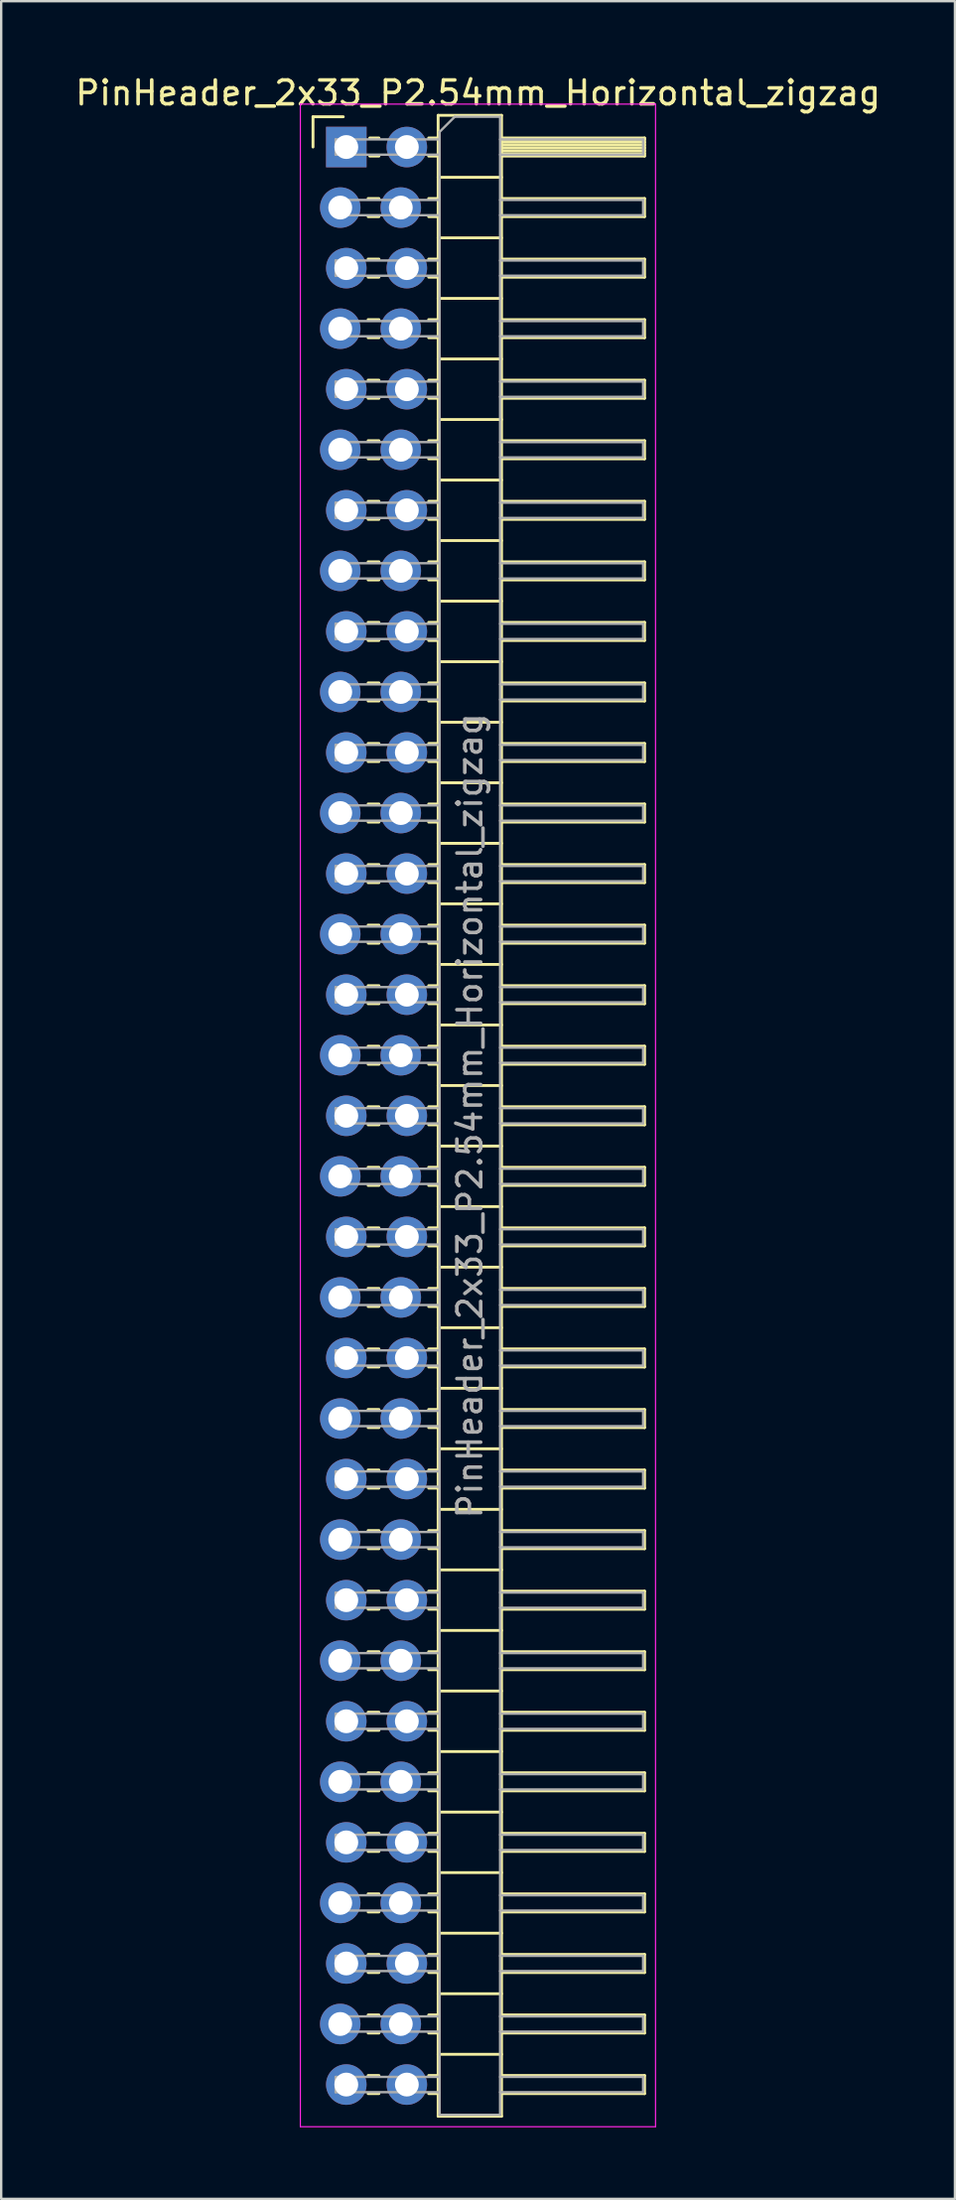
<source format=kicad_pcb>
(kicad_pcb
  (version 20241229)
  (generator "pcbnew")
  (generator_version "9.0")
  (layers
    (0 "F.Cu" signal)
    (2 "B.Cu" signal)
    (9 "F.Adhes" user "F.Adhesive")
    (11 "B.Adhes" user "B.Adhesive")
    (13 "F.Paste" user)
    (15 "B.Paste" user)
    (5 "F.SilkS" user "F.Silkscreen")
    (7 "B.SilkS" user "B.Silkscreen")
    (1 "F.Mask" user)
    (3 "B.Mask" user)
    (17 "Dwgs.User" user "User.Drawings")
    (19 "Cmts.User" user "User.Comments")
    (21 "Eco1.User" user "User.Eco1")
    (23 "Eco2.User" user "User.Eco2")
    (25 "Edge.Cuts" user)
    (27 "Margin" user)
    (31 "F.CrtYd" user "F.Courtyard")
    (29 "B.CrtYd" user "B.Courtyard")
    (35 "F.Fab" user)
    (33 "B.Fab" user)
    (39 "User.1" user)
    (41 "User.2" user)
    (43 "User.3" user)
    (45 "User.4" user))
  (footprint "PinHeader_2x33_P2.54mm_Horizontal_zigzag"
    (layer "F.Cu")
    (at 11.351 3.118)
    (property "Reference" "PinHeader_2x33_P2.54mm_Horizontal_zigzag" (at 5.655 -2.27 0) (layer "F.SilkS") (effects (font (size 1 1) (thickness 0.15))))
    (attr through_hole)
    (fp_line (start -1.27 -1.27) (end 0 -1.27) (stroke (width 0.12) (type solid)) (layer "F.SilkS"))
    (fp_line (start -1.27 0) (end -1.27 -1.27) (stroke (width 0.12) (type solid)) (layer "F.SilkS"))
    (fp_line (start 1.043 2.16) (end 1.497 2.16) (stroke (width 0.12) (type solid)) (layer "F.SilkS"))
    (fp_line (start 1.043 2.92) (end 1.497 2.92) (stroke (width 0.12) (type solid)) (layer "F.SilkS"))
    (fp_line (start 1.043 4.7) (end 1.497 4.7) (stroke (width 0.12) (type solid)) (layer "F.SilkS"))
    (fp_line (start 1.043 5.46) (end 1.497 5.46) (stroke (width 0.12) (type solid)) (layer "F.SilkS"))
    (fp_line (start 1.043 7.24) (end 1.497 7.24) (stroke (width 0.12) (type solid)) (layer "F.SilkS"))
    (fp_line (start 1.043 8) (end 1.497 8) (stroke (width 0.12) (type solid)) (layer "F.SilkS"))
    (fp_line (start 1.043 9.78) (end 1.497 9.78) (stroke (width 0.12) (type solid)) (layer "F.SilkS"))
    (fp_line (start 1.043 10.54) (end 1.497 10.54) (stroke (width 0.12) (type solid)) (layer "F.SilkS"))
    (fp_line (start 1.043 12.32) (end 1.497 12.32) (stroke (width 0.12) (type solid)) (layer "F.SilkS"))
    (fp_line (start 1.043 13.08) (end 1.497 13.08) (stroke (width 0.12) (type solid)) (layer "F.SilkS"))
    (fp_line (start 1.043 14.86) (end 1.497 14.86) (stroke (width 0.12) (type solid)) (layer "F.SilkS"))
    (fp_line (start 1.043 15.62) (end 1.497 15.62) (stroke (width 0.12) (type solid)) (layer "F.SilkS"))
    (fp_line (start 1.043 17.4) (end 1.497 17.4) (stroke (width 0.12) (type solid)) (layer "F.SilkS"))
    (fp_line (start 1.043 18.16) (end 1.497 18.16) (stroke (width 0.12) (type solid)) (layer "F.SilkS"))
    (fp_line (start 1.043 19.94) (end 1.497 19.94) (stroke (width 0.12) (type solid)) (layer "F.SilkS"))
    (fp_line (start 1.043 20.7) (end 1.497 20.7) (stroke (width 0.12) (type solid)) (layer "F.SilkS"))
    (fp_line (start 1.043 22.48) (end 1.497 22.48) (stroke (width 0.12) (type solid)) (layer "F.SilkS"))
    (fp_line (start 1.043 23.24) (end 1.497 23.24) (stroke (width 0.12) (type solid)) (layer "F.SilkS"))
    (fp_line (start 1.043 25.02) (end 1.497 25.02) (stroke (width 0.12) (type solid)) (layer "F.SilkS"))
    (fp_line (start 1.043 25.78) (end 1.497 25.78) (stroke (width 0.12) (type solid)) (layer "F.SilkS"))
    (fp_line (start 1.043 27.56) (end 1.497 27.56) (stroke (width 0.12) (type solid)) (layer "F.SilkS"))
    (fp_line (start 1.043 28.32) (end 1.497 28.32) (stroke (width 0.12) (type solid)) (layer "F.SilkS"))
    (fp_line (start 1.043 30.1) (end 1.497 30.1) (stroke (width 0.12) (type solid)) (layer "F.SilkS"))
    (fp_line (start 1.043 30.86) (end 1.497 30.86) (stroke (width 0.12) (type solid)) (layer "F.SilkS"))
    (fp_line (start 1.043 32.64) (end 1.497 32.64) (stroke (width 0.12) (type solid)) (layer "F.SilkS"))
    (fp_line (start 1.043 33.4) (end 1.497 33.4) (stroke (width 0.12) (type solid)) (layer "F.SilkS"))
    (fp_line (start 1.043 35.18) (end 1.497 35.18) (stroke (width 0.12) (type solid)) (layer "F.SilkS"))
    (fp_line (start 1.043 35.94) (end 1.497 35.94) (stroke (width 0.12) (type solid)) (layer "F.SilkS"))
    (fp_line (start 1.043 37.72) (end 1.497 37.72) (stroke (width 0.12) (type solid)) (layer "F.SilkS"))
    (fp_line (start 1.043 38.48) (end 1.497 38.48) (stroke (width 0.12) (type solid)) (layer "F.SilkS"))
    (fp_line (start 1.043 40.26) (end 1.497 40.26) (stroke (width 0.12) (type solid)) (layer "F.SilkS"))
    (fp_line (start 1.043 41.02) (end 1.497 41.02) (stroke (width 0.12) (type solid)) (layer "F.SilkS"))
    (fp_line (start 1.043 42.8) (end 1.497 42.8) (stroke (width 0.12) (type solid)) (layer "F.SilkS"))
    (fp_line (start 1.043 43.56) (end 1.497 43.56) (stroke (width 0.12) (type solid)) (layer "F.SilkS"))
    (fp_line (start 1.043 45.34) (end 1.497 45.34) (stroke (width 0.12) (type solid)) (layer "F.SilkS"))
    (fp_line (start 1.043 46.1) (end 1.497 46.1) (stroke (width 0.12) (type solid)) (layer "F.SilkS"))
    (fp_line (start 1.043 47.88) (end 1.497 47.88) (stroke (width 0.12) (type solid)) (layer "F.SilkS"))
    (fp_line (start 1.043 48.64) (end 1.497 48.64) (stroke (width 0.12) (type solid)) (layer "F.SilkS"))
    (fp_line (start 1.043 50.42) (end 1.497 50.42) (stroke (width 0.12) (type solid)) (layer "F.SilkS"))
    (fp_line (start 1.043 51.18) (end 1.497 51.18) (stroke (width 0.12) (type solid)) (layer "F.SilkS"))
    (fp_line (start 1.043 52.96) (end 1.497 52.96) (stroke (width 0.12) (type solid)) (layer "F.SilkS"))
    (fp_line (start 1.043 53.72) (end 1.497 53.72) (stroke (width 0.12) (type solid)) (layer "F.SilkS"))
    (fp_line (start 1.043 55.5) (end 1.497 55.5) (stroke (width 0.12) (type solid)) (layer "F.SilkS"))
    (fp_line (start 1.043 56.26) (end 1.497 56.26) (stroke (width 0.12) (type solid)) (layer "F.SilkS"))
    (fp_line (start 1.043 58.04) (end 1.497 58.04) (stroke (width 0.12) (type solid)) (layer "F.SilkS"))
    (fp_line (start 1.043 58.8) (end 1.497 58.8) (stroke (width 0.12) (type solid)) (layer "F.SilkS"))
    (fp_line (start 1.043 60.58) (end 1.497 60.58) (stroke (width 0.12) (type solid)) (layer "F.SilkS"))
    (fp_line (start 1.043 61.34) (end 1.497 61.34) (stroke (width 0.12) (type solid)) (layer "F.SilkS"))
    (fp_line (start 1.043 63.12) (end 1.497 63.12) (stroke (width 0.12) (type solid)) (layer "F.SilkS"))
    (fp_line (start 1.043 63.88) (end 1.497 63.88) (stroke (width 0.12) (type solid)) (layer "F.SilkS"))
    (fp_line (start 1.043 65.66) (end 1.497 65.66) (stroke (width 0.12) (type solid)) (layer "F.SilkS"))
    (fp_line (start 1.043 66.42) (end 1.497 66.42) (stroke (width 0.12) (type solid)) (layer "F.SilkS"))
    (fp_line (start 1.043 68.2) (end 1.497 68.2) (stroke (width 0.12) (type solid)) (layer "F.SilkS"))
    (fp_line (start 1.043 68.96) (end 1.497 68.96) (stroke (width 0.12) (type solid)) (layer "F.SilkS"))
    (fp_line (start 1.043 70.74) (end 1.497 70.74) (stroke (width 0.12) (type solid)) (layer "F.SilkS"))
    (fp_line (start 1.043 71.5) (end 1.497 71.5) (stroke (width 0.12) (type solid)) (layer "F.SilkS"))
    (fp_line (start 1.043 73.28) (end 1.497 73.28) (stroke (width 0.12) (type solid)) (layer "F.SilkS"))
    (fp_line (start 1.043 74.04) (end 1.497 74.04) (stroke (width 0.12) (type solid)) (layer "F.SilkS"))
    (fp_line (start 1.043 75.82) (end 1.497 75.82) (stroke (width 0.12) (type solid)) (layer "F.SilkS"))
    (fp_line (start 1.043 76.58) (end 1.497 76.58) (stroke (width 0.12) (type solid)) (layer "F.SilkS"))
    (fp_line (start 1.043 78.36) (end 1.497 78.36) (stroke (width 0.12) (type solid)) (layer "F.SilkS"))
    (fp_line (start 1.043 79.12) (end 1.497 79.12) (stroke (width 0.12) (type solid)) (layer "F.SilkS"))
    (fp_line (start 1.043 80.9) (end 1.497 80.9) (stroke (width 0.12) (type solid)) (layer "F.SilkS"))
    (fp_line (start 1.043 81.66) (end 1.497 81.66) (stroke (width 0.12) (type solid)) (layer "F.SilkS"))
    (fp_line (start 1.11 -0.38) (end 1.497 -0.38) (stroke (width 0.12) (type solid)) (layer "F.SilkS"))
    (fp_line (start 1.11 0.38) (end 1.497 0.38) (stroke (width 0.12) (type solid)) (layer "F.SilkS"))
    (fp_line (start 3.583 -0.38) (end 3.98 -0.38) (stroke (width 0.12) (type solid)) (layer "F.SilkS"))
    (fp_line (start 3.583 0.38) (end 3.98 0.38) (stroke (width 0.12) (type solid)) (layer "F.SilkS"))
    (fp_line (start 3.583 2.16) (end 3.98 2.16) (stroke (width 0.12) (type solid)) (layer "F.SilkS"))
    (fp_line (start 3.583 2.92) (end 3.98 2.92) (stroke (width 0.12) (type solid)) (layer "F.SilkS"))
    (fp_line (start 3.583 4.7) (end 3.98 4.7) (stroke (width 0.12) (type solid)) (layer "F.SilkS"))
    (fp_line (start 3.583 5.46) (end 3.98 5.46) (stroke (width 0.12) (type solid)) (layer "F.SilkS"))
    (fp_line (start 3.583 7.24) (end 3.98 7.24) (stroke (width 0.12) (type solid)) (layer "F.SilkS"))
    (fp_line (start 3.583 8) (end 3.98 8) (stroke (width 0.12) (type solid)) (layer "F.SilkS"))
    (fp_line (start 3.583 9.78) (end 3.98 9.78) (stroke (width 0.12) (type solid)) (layer "F.SilkS"))
    (fp_line (start 3.583 10.54) (end 3.98 10.54) (stroke (width 0.12) (type solid)) (layer "F.SilkS"))
    (fp_line (start 3.583 12.32) (end 3.98 12.32) (stroke (width 0.12) (type solid)) (layer "F.SilkS"))
    (fp_line (start 3.583 13.08) (end 3.98 13.08) (stroke (width 0.12) (type solid)) (layer "F.SilkS"))
    (fp_line (start 3.583 14.86) (end 3.98 14.86) (stroke (width 0.12) (type solid)) (layer "F.SilkS"))
    (fp_line (start 3.583 15.62) (end 3.98 15.62) (stroke (width 0.12) (type solid)) (layer "F.SilkS"))
    (fp_line (start 3.583 17.4) (end 3.98 17.4) (stroke (width 0.12) (type solid)) (layer "F.SilkS"))
    (fp_line (start 3.583 18.16) (end 3.98 18.16) (stroke (width 0.12) (type solid)) (layer "F.SilkS"))
    (fp_line (start 3.583 19.94) (end 3.98 19.94) (stroke (width 0.12) (type solid)) (layer "F.SilkS"))
    (fp_line (start 3.583 20.7) (end 3.98 20.7) (stroke (width 0.12) (type solid)) (layer "F.SilkS"))
    (fp_line (start 3.583 22.48) (end 3.98 22.48) (stroke (width 0.12) (type solid)) (layer "F.SilkS"))
    (fp_line (start 3.583 23.24) (end 3.98 23.24) (stroke (width 0.12) (type solid)) (layer "F.SilkS"))
    (fp_line (start 3.583 25.02) (end 3.98 25.02) (stroke (width 0.12) (type solid)) (layer "F.SilkS"))
    (fp_line (start 3.583 25.78) (end 3.98 25.78) (stroke (width 0.12) (type solid)) (layer "F.SilkS"))
    (fp_line (start 3.583 27.56) (end 3.98 27.56) (stroke (width 0.12) (type solid)) (layer "F.SilkS"))
    (fp_line (start 3.583 28.32) (end 3.98 28.32) (stroke (width 0.12) (type solid)) (layer "F.SilkS"))
    (fp_line (start 3.583 30.1) (end 3.98 30.1) (stroke (width 0.12) (type solid)) (layer "F.SilkS"))
    (fp_line (start 3.583 30.86) (end 3.98 30.86) (stroke (width 0.12) (type solid)) (layer "F.SilkS"))
    (fp_line (start 3.583 32.64) (end 3.98 32.64) (stroke (width 0.12) (type solid)) (layer "F.SilkS"))
    (fp_line (start 3.583 33.4) (end 3.98 33.4) (stroke (width 0.12) (type solid)) (layer "F.SilkS"))
    (fp_line (start 3.583 35.18) (end 3.98 35.18) (stroke (width 0.12) (type solid)) (layer "F.SilkS"))
    (fp_line (start 3.583 35.94) (end 3.98 35.94) (stroke (width 0.12) (type solid)) (layer "F.SilkS"))
    (fp_line (start 3.583 37.72) (end 3.98 37.72) (stroke (width 0.12) (type solid)) (layer "F.SilkS"))
    (fp_line (start 3.583 38.48) (end 3.98 38.48) (stroke (width 0.12) (type solid)) (layer "F.SilkS"))
    (fp_line (start 3.583 40.26) (end 3.98 40.26) (stroke (width 0.12) (type solid)) (layer "F.SilkS"))
    (fp_line (start 3.583 41.02) (end 3.98 41.02) (stroke (width 0.12) (type solid)) (layer "F.SilkS"))
    (fp_line (start 3.583 42.8) (end 3.98 42.8) (stroke (width 0.12) (type solid)) (layer "F.SilkS"))
    (fp_line (start 3.583 43.56) (end 3.98 43.56) (stroke (width 0.12) (type solid)) (layer "F.SilkS"))
    (fp_line (start 3.583 45.34) (end 3.98 45.34) (stroke (width 0.12) (type solid)) (layer "F.SilkS"))
    (fp_line (start 3.583 46.1) (end 3.98 46.1) (stroke (width 0.12) (type solid)) (layer "F.SilkS"))
    (fp_line (start 3.583 47.88) (end 3.98 47.88) (stroke (width 0.12) (type solid)) (layer "F.SilkS"))
    (fp_line (start 3.583 48.64) (end 3.98 48.64) (stroke (width 0.12) (type solid)) (layer "F.SilkS"))
    (fp_line (start 3.583 50.42) (end 3.98 50.42) (stroke (width 0.12) (type solid)) (layer "F.SilkS"))
    (fp_line (start 3.583 51.18) (end 3.98 51.18) (stroke (width 0.12) (type solid)) (layer "F.SilkS"))
    (fp_line (start 3.583 52.96) (end 3.98 52.96) (stroke (width 0.12) (type solid)) (layer "F.SilkS"))
    (fp_line (start 3.583 53.72) (end 3.98 53.72) (stroke (width 0.12) (type solid)) (layer "F.SilkS"))
    (fp_line (start 3.583 55.5) (end 3.98 55.5) (stroke (width 0.12) (type solid)) (layer "F.SilkS"))
    (fp_line (start 3.583 56.26) (end 3.98 56.26) (stroke (width 0.12) (type solid)) (layer "F.SilkS"))
    (fp_line (start 3.583 58.04) (end 3.98 58.04) (stroke (width 0.12) (type solid)) (layer "F.SilkS"))
    (fp_line (start 3.583 58.8) (end 3.98 58.8) (stroke (width 0.12) (type solid)) (layer "F.SilkS"))
    (fp_line (start 3.583 60.58) (end 3.98 60.58) (stroke (width 0.12) (type solid)) (layer "F.SilkS"))
    (fp_line (start 3.583 61.34) (end 3.98 61.34) (stroke (width 0.12) (type solid)) (layer "F.SilkS"))
    (fp_line (start 3.583 63.12) (end 3.98 63.12) (stroke (width 0.12) (type solid)) (layer "F.SilkS"))
    (fp_line (start 3.583 63.88) (end 3.98 63.88) (stroke (width 0.12) (type solid)) (layer "F.SilkS"))
    (fp_line (start 3.583 65.66) (end 3.98 65.66) (stroke (width 0.12) (type solid)) (layer "F.SilkS"))
    (fp_line (start 3.583 66.42) (end 3.98 66.42) (stroke (width 0.12) (type solid)) (layer "F.SilkS"))
    (fp_line (start 3.583 68.2) (end 3.98 68.2) (stroke (width 0.12) (type solid)) (layer "F.SilkS"))
    (fp_line (start 3.583 68.96) (end 3.98 68.96) (stroke (width 0.12) (type solid)) (layer "F.SilkS"))
    (fp_line (start 3.583 70.74) (end 3.98 70.74) (stroke (width 0.12) (type solid)) (layer "F.SilkS"))
    (fp_line (start 3.583 71.5) (end 3.98 71.5) (stroke (width 0.12) (type solid)) (layer "F.SilkS"))
    (fp_line (start 3.583 73.28) (end 3.98 73.28) (stroke (width 0.12) (type solid)) (layer "F.SilkS"))
    (fp_line (start 3.583 74.04) (end 3.98 74.04) (stroke (width 0.12) (type solid)) (layer "F.SilkS"))
    (fp_line (start 3.583 75.82) (end 3.98 75.82) (stroke (width 0.12) (type solid)) (layer "F.SilkS"))
    (fp_line (start 3.583 76.58) (end 3.98 76.58) (stroke (width 0.12) (type solid)) (layer "F.SilkS"))
    (fp_line (start 3.583 78.36) (end 3.98 78.36) (stroke (width 0.12) (type solid)) (layer "F.SilkS"))
    (fp_line (start 3.583 79.12) (end 3.98 79.12) (stroke (width 0.12) (type solid)) (layer "F.SilkS"))
    (fp_line (start 3.583 80.9) (end 3.98 80.9) (stroke (width 0.12) (type solid)) (layer "F.SilkS"))
    (fp_line (start 3.583 81.66) (end 3.98 81.66) (stroke (width 0.12) (type solid)) (layer "F.SilkS"))
    (fp_line (start 3.98 -1.33) (end 3.98 82.61) (stroke (width 0.12) (type solid)) (layer "F.SilkS"))
    (fp_line (start 3.98 1.27) (end 6.64 1.27) (stroke (width 0.12) (type solid)) (layer "F.SilkS"))
    (fp_line (start 3.98 3.81) (end 6.64 3.81) (stroke (width 0.12) (type solid)) (layer "F.SilkS"))
    (fp_line (start 3.98 6.35) (end 6.64 6.35) (stroke (width 0.12) (type solid)) (layer "F.SilkS"))
    (fp_line (start 3.98 8.89) (end 6.64 8.89) (stroke (width 0.12) (type solid)) (layer "F.SilkS"))
    (fp_line (start 3.98 11.43) (end 6.64 11.43) (stroke (width 0.12) (type solid)) (layer "F.SilkS"))
    (fp_line (start 3.98 13.97) (end 6.64 13.97) (stroke (width 0.12) (type solid)) (layer "F.SilkS"))
    (fp_line (start 3.98 16.51) (end 6.64 16.51) (stroke (width 0.12) (type solid)) (layer "F.SilkS"))
    (fp_line (start 3.98 19.05) (end 6.64 19.05) (stroke (width 0.12) (type solid)) (layer "F.SilkS"))
    (fp_line (start 3.98 21.59) (end 6.64 21.59) (stroke (width 0.12) (type solid)) (layer "F.SilkS"))
    (fp_line (start 3.98 24.13) (end 6.64 24.13) (stroke (width 0.12) (type solid)) (layer "F.SilkS"))
    (fp_line (start 3.98 26.67) (end 6.64 26.67) (stroke (width 0.12) (type solid)) (layer "F.SilkS"))
    (fp_line (start 3.98 29.21) (end 6.64 29.21) (stroke (width 0.12) (type solid)) (layer "F.SilkS"))
    (fp_line (start 3.98 31.75) (end 6.64 31.75) (stroke (width 0.12) (type solid)) (layer "F.SilkS"))
    (fp_line (start 3.98 34.29) (end 6.64 34.29) (stroke (width 0.12) (type solid)) (layer "F.SilkS"))
    (fp_line (start 3.98 36.83) (end 6.64 36.83) (stroke (width 0.12) (type solid)) (layer "F.SilkS"))
    (fp_line (start 3.98 39.37) (end 6.64 39.37) (stroke (width 0.12) (type solid)) (layer "F.SilkS"))
    (fp_line (start 3.98 41.91) (end 6.64 41.91) (stroke (width 0.12) (type solid)) (layer "F.SilkS"))
    (fp_line (start 3.98 44.45) (end 6.64 44.45) (stroke (width 0.12) (type solid)) (layer "F.SilkS"))
    (fp_line (start 3.98 46.99) (end 6.64 46.99) (stroke (width 0.12) (type solid)) (layer "F.SilkS"))
    (fp_line (start 3.98 49.53) (end 6.64 49.53) (stroke (width 0.12) (type solid)) (layer "F.SilkS"))
    (fp_line (start 3.98 52.07) (end 6.64 52.07) (stroke (width 0.12) (type solid)) (layer "F.SilkS"))
    (fp_line (start 3.98 54.61) (end 6.64 54.61) (stroke (width 0.12) (type solid)) (layer "F.SilkS"))
    (fp_line (start 3.98 57.15) (end 6.64 57.15) (stroke (width 0.12) (type solid)) (layer "F.SilkS"))
    (fp_line (start 3.98 59.69) (end 6.64 59.69) (stroke (width 0.12) (type solid)) (layer "F.SilkS"))
    (fp_line (start 3.98 62.23) (end 6.64 62.23) (stroke (width 0.12) (type solid)) (layer "F.SilkS"))
    (fp_line (start 3.98 64.77) (end 6.64 64.77) (stroke (width 0.12) (type solid)) (layer "F.SilkS"))
    (fp_line (start 3.98 67.31) (end 6.64 67.31) (stroke (width 0.12) (type solid)) (layer "F.SilkS"))
    (fp_line (start 3.98 69.85) (end 6.64 69.85) (stroke (width 0.12) (type solid)) (layer "F.SilkS"))
    (fp_line (start 3.98 72.39) (end 6.64 72.39) (stroke (width 0.12) (type solid)) (layer "F.SilkS"))
    (fp_line (start 3.98 74.93) (end 6.64 74.93) (stroke (width 0.12) (type solid)) (layer "F.SilkS"))
    (fp_line (start 3.98 77.47) (end 6.64 77.47) (stroke (width 0.12) (type solid)) (layer "F.SilkS"))
    (fp_line (start 3.98 80.01) (end 6.64 80.01) (stroke (width 0.12) (type solid)) (layer "F.SilkS"))
    (fp_line (start 3.98 82.61) (end 6.64 82.61) (stroke (width 0.12) (type solid)) (layer "F.SilkS"))
    (fp_line (start 6.64 -1.33) (end 3.98 -1.33) (stroke (width 0.12) (type solid)) (layer "F.SilkS"))
    (fp_line (start 6.64 -0.38) (end 12.64 -0.38) (stroke (width 0.12) (type solid)) (layer "F.SilkS"))
    (fp_line (start 6.64 -0.32) (end 12.64 -0.32) (stroke (width 0.12) (type solid)) (layer "F.SilkS"))
    (fp_line (start 6.64 -0.2) (end 12.64 -0.2) (stroke (width 0.12) (type solid)) (layer "F.SilkS"))
    (fp_line (start 6.64 -0.08) (end 12.64 -0.08) (stroke (width 0.12) (type solid)) (layer "F.SilkS"))
    (fp_line (start 6.64 0.04) (end 12.64 0.04) (stroke (width 0.12) (type solid)) (layer "F.SilkS"))
    (fp_line (start 6.64 0.16) (end 12.64 0.16) (stroke (width 0.12) (type solid)) (layer "F.SilkS"))
    (fp_line (start 6.64 0.28) (end 12.64 0.28) (stroke (width 0.12) (type solid)) (layer "F.SilkS"))
    (fp_line (start 6.64 2.16) (end 12.64 2.16) (stroke (width 0.12) (type solid)) (layer "F.SilkS"))
    (fp_line (start 6.64 4.7) (end 12.64 4.7) (stroke (width 0.12) (type solid)) (layer "F.SilkS"))
    (fp_line (start 6.64 7.24) (end 12.64 7.24) (stroke (width 0.12) (type solid)) (layer "F.SilkS"))
    (fp_line (start 6.64 9.78) (end 12.64 9.78) (stroke (width 0.12) (type solid)) (layer "F.SilkS"))
    (fp_line (start 6.64 12.32) (end 12.64 12.32) (stroke (width 0.12) (type solid)) (layer "F.SilkS"))
    (fp_line (start 6.64 14.86) (end 12.64 14.86) (stroke (width 0.12) (type solid)) (layer "F.SilkS"))
    (fp_line (start 6.64 17.4) (end 12.64 17.4) (stroke (width 0.12) (type solid)) (layer "F.SilkS"))
    (fp_line (start 6.64 19.94) (end 12.64 19.94) (stroke (width 0.12) (type solid)) (layer "F.SilkS"))
    (fp_line (start 6.64 22.48) (end 12.64 22.48) (stroke (width 0.12) (type solid)) (layer "F.SilkS"))
    (fp_line (start 6.64 25.02) (end 12.64 25.02) (stroke (width 0.12) (type solid)) (layer "F.SilkS"))
    (fp_line (start 6.64 27.56) (end 12.64 27.56) (stroke (width 0.12) (type solid)) (layer "F.SilkS"))
    (fp_line (start 6.64 30.1) (end 12.64 30.1) (stroke (width 0.12) (type solid)) (layer "F.SilkS"))
    (fp_line (start 6.64 32.64) (end 12.64 32.64) (stroke (width 0.12) (type solid)) (layer "F.SilkS"))
    (fp_line (start 6.64 35.18) (end 12.64 35.18) (stroke (width 0.12) (type solid)) (layer "F.SilkS"))
    (fp_line (start 6.64 37.72) (end 12.64 37.72) (stroke (width 0.12) (type solid)) (layer "F.SilkS"))
    (fp_line (start 6.64 40.26) (end 12.64 40.26) (stroke (width 0.12) (type solid)) (layer "F.SilkS"))
    (fp_line (start 6.64 42.8) (end 12.64 42.8) (stroke (width 0.12) (type solid)) (layer "F.SilkS"))
    (fp_line (start 6.64 45.34) (end 12.64 45.34) (stroke (width 0.12) (type solid)) (layer "F.SilkS"))
    (fp_line (start 6.64 47.88) (end 12.64 47.88) (stroke (width 0.12) (type solid)) (layer "F.SilkS"))
    (fp_line (start 6.64 50.42) (end 12.64 50.42) (stroke (width 0.12) (type solid)) (layer "F.SilkS"))
    (fp_line (start 6.64 52.96) (end 12.64 52.96) (stroke (width 0.12) (type solid)) (layer "F.SilkS"))
    (fp_line (start 6.64 55.5) (end 12.64 55.5) (stroke (width 0.12) (type solid)) (layer "F.SilkS"))
    (fp_line (start 6.64 58.04) (end 12.64 58.04) (stroke (width 0.12) (type solid)) (layer "F.SilkS"))
    (fp_line (start 6.64 60.58) (end 12.64 60.58) (stroke (width 0.12) (type solid)) (layer "F.SilkS"))
    (fp_line (start 6.64 63.12) (end 12.64 63.12) (stroke (width 0.12) (type solid)) (layer "F.SilkS"))
    (fp_line (start 6.64 65.66) (end 12.64 65.66) (stroke (width 0.12) (type solid)) (layer "F.SilkS"))
    (fp_line (start 6.64 68.2) (end 12.64 68.2) (stroke (width 0.12) (type solid)) (layer "F.SilkS"))
    (fp_line (start 6.64 70.74) (end 12.64 70.74) (stroke (width 0.12) (type solid)) (layer "F.SilkS"))
    (fp_line (start 6.64 73.28) (end 12.64 73.28) (stroke (width 0.12) (type solid)) (layer "F.SilkS"))
    (fp_line (start 6.64 75.82) (end 12.64 75.82) (stroke (width 0.12) (type solid)) (layer "F.SilkS"))
    (fp_line (start 6.64 78.36) (end 12.64 78.36) (stroke (width 0.12) (type solid)) (layer "F.SilkS"))
    (fp_line (start 6.64 80.9) (end 12.64 80.9) (stroke (width 0.12) (type solid)) (layer "F.SilkS"))
    (fp_line (start 6.64 82.61) (end 6.64 -1.33) (stroke (width 0.12) (type solid)) (layer "F.SilkS"))
    (fp_line (start 12.64 -0.38) (end 12.64 0.38) (stroke (width 0.12) (type solid)) (layer "F.SilkS"))
    (fp_line (start 12.64 0.38) (end 6.64 0.38) (stroke (width 0.12) (type solid)) (layer "F.SilkS"))
    (fp_line (start 12.64 2.16) (end 12.64 2.92) (stroke (width 0.12) (type solid)) (layer "F.SilkS"))
    (fp_line (start 12.64 2.92) (end 6.64 2.92) (stroke (width 0.12) (type solid)) (layer "F.SilkS"))
    (fp_line (start 12.64 4.7) (end 12.64 5.46) (stroke (width 0.12) (type solid)) (layer "F.SilkS"))
    (fp_line (start 12.64 5.46) (end 6.64 5.46) (stroke (width 0.12) (type solid)) (layer "F.SilkS"))
    (fp_line (start 12.64 7.24) (end 12.64 8) (stroke (width 0.12) (type solid)) (layer "F.SilkS"))
    (fp_line (start 12.64 8) (end 6.64 8) (stroke (width 0.12) (type solid)) (layer "F.SilkS"))
    (fp_line (start 12.64 9.78) (end 12.64 10.54) (stroke (width 0.12) (type solid)) (layer "F.SilkS"))
    (fp_line (start 12.64 10.54) (end 6.64 10.54) (stroke (width 0.12) (type solid)) (layer "F.SilkS"))
    (fp_line (start 12.64 12.32) (end 12.64 13.08) (stroke (width 0.12) (type solid)) (layer "F.SilkS"))
    (fp_line (start 12.64 13.08) (end 6.64 13.08) (stroke (width 0.12) (type solid)) (layer "F.SilkS"))
    (fp_line (start 12.64 14.86) (end 12.64 15.62) (stroke (width 0.12) (type solid)) (layer "F.SilkS"))
    (fp_line (start 12.64 15.62) (end 6.64 15.62) (stroke (width 0.12) (type solid)) (layer "F.SilkS"))
    (fp_line (start 12.64 17.4) (end 12.64 18.16) (stroke (width 0.12) (type solid)) (layer "F.SilkS"))
    (fp_line (start 12.64 18.16) (end 6.64 18.16) (stroke (width 0.12) (type solid)) (layer "F.SilkS"))
    (fp_line (start 12.64 19.94) (end 12.64 20.7) (stroke (width 0.12) (type solid)) (layer "F.SilkS"))
    (fp_line (start 12.64 20.7) (end 6.64 20.7) (stroke (width 0.12) (type solid)) (layer "F.SilkS"))
    (fp_line (start 12.64 22.48) (end 12.64 23.24) (stroke (width 0.12) (type solid)) (layer "F.SilkS"))
    (fp_line (start 12.64 23.24) (end 6.64 23.24) (stroke (width 0.12) (type solid)) (layer "F.SilkS"))
    (fp_line (start 12.64 25.02) (end 12.64 25.78) (stroke (width 0.12) (type solid)) (layer "F.SilkS"))
    (fp_line (start 12.64 25.78) (end 6.64 25.78) (stroke (width 0.12) (type solid)) (layer "F.SilkS"))
    (fp_line (start 12.64 27.56) (end 12.64 28.32) (stroke (width 0.12) (type solid)) (layer "F.SilkS"))
    (fp_line (start 12.64 28.32) (end 6.64 28.32) (stroke (width 0.12) (type solid)) (layer "F.SilkS"))
    (fp_line (start 12.64 30.1) (end 12.64 30.86) (stroke (width 0.12) (type solid)) (layer "F.SilkS"))
    (fp_line (start 12.64 30.86) (end 6.64 30.86) (stroke (width 0.12) (type solid)) (layer "F.SilkS"))
    (fp_line (start 12.64 32.64) (end 12.64 33.4) (stroke (width 0.12) (type solid)) (layer "F.SilkS"))
    (fp_line (start 12.64 33.4) (end 6.64 33.4) (stroke (width 0.12) (type solid)) (layer "F.SilkS"))
    (fp_line (start 12.64 35.18) (end 12.64 35.94) (stroke (width 0.12) (type solid)) (layer "F.SilkS"))
    (fp_line (start 12.64 35.94) (end 6.64 35.94) (stroke (width 0.12) (type solid)) (layer "F.SilkS"))
    (fp_line (start 12.64 37.72) (end 12.64 38.48) (stroke (width 0.12) (type solid)) (layer "F.SilkS"))
    (fp_line (start 12.64 38.48) (end 6.64 38.48) (stroke (width 0.12) (type solid)) (layer "F.SilkS"))
    (fp_line (start 12.64 40.26) (end 12.64 41.02) (stroke (width 0.12) (type solid)) (layer "F.SilkS"))
    (fp_line (start 12.64 41.02) (end 6.64 41.02) (stroke (width 0.12) (type solid)) (layer "F.SilkS"))
    (fp_line (start 12.64 42.8) (end 12.64 43.56) (stroke (width 0.12) (type solid)) (layer "F.SilkS"))
    (fp_line (start 12.64 43.56) (end 6.64 43.56) (stroke (width 0.12) (type solid)) (layer "F.SilkS"))
    (fp_line (start 12.64 45.34) (end 12.64 46.1) (stroke (width 0.12) (type solid)) (layer "F.SilkS"))
    (fp_line (start 12.64 46.1) (end 6.64 46.1) (stroke (width 0.12) (type solid)) (layer "F.SilkS"))
    (fp_line (start 12.64 47.88) (end 12.64 48.64) (stroke (width 0.12) (type solid)) (layer "F.SilkS"))
    (fp_line (start 12.64 48.64) (end 6.64 48.64) (stroke (width 0.12) (type solid)) (layer "F.SilkS"))
    (fp_line (start 12.64 50.42) (end 12.64 51.18) (stroke (width 0.12) (type solid)) (layer "F.SilkS"))
    (fp_line (start 12.64 51.18) (end 6.64 51.18) (stroke (width 0.12) (type solid)) (layer "F.SilkS"))
    (fp_line (start 12.64 52.96) (end 12.64 53.72) (stroke (width 0.12) (type solid)) (layer "F.SilkS"))
    (fp_line (start 12.64 53.72) (end 6.64 53.72) (stroke (width 0.12) (type solid)) (layer "F.SilkS"))
    (fp_line (start 12.64 55.5) (end 12.64 56.26) (stroke (width 0.12) (type solid)) (layer "F.SilkS"))
    (fp_line (start 12.64 56.26) (end 6.64 56.26) (stroke (width 0.12) (type solid)) (layer "F.SilkS"))
    (fp_line (start 12.64 58.04) (end 12.64 58.8) (stroke (width 0.12) (type solid)) (layer "F.SilkS"))
    (fp_line (start 12.64 58.8) (end 6.64 58.8) (stroke (width 0.12) (type solid)) (layer "F.SilkS"))
    (fp_line (start 12.64 60.58) (end 12.64 61.34) (stroke (width 0.12) (type solid)) (layer "F.SilkS"))
    (fp_line (start 12.64 61.34) (end 6.64 61.34) (stroke (width 0.12) (type solid)) (layer "F.SilkS"))
    (fp_line (start 12.64 63.12) (end 12.64 63.88) (stroke (width 0.12) (type solid)) (layer "F.SilkS"))
    (fp_line (start 12.64 63.88) (end 6.64 63.88) (stroke (width 0.12) (type solid)) (layer "F.SilkS"))
    (fp_line (start 12.64 65.66) (end 12.64 66.42) (stroke (width 0.12) (type solid)) (layer "F.SilkS"))
    (fp_line (start 12.64 66.42) (end 6.64 66.42) (stroke (width 0.12) (type solid)) (layer "F.SilkS"))
    (fp_line (start 12.64 68.2) (end 12.64 68.96) (stroke (width 0.12) (type solid)) (layer "F.SilkS"))
    (fp_line (start 12.64 68.96) (end 6.64 68.96) (stroke (width 0.12) (type solid)) (layer "F.SilkS"))
    (fp_line (start 12.64 70.74) (end 12.64 71.5) (stroke (width 0.12) (type solid)) (layer "F.SilkS"))
    (fp_line (start 12.64 71.5) (end 6.64 71.5) (stroke (width 0.12) (type solid)) (layer "F.SilkS"))
    (fp_line (start 12.64 73.28) (end 12.64 74.04) (stroke (width 0.12) (type solid)) (layer "F.SilkS"))
    (fp_line (start 12.64 74.04) (end 6.64 74.04) (stroke (width 0.12) (type solid)) (layer "F.SilkS"))
    (fp_line (start 12.64 75.82) (end 12.64 76.58) (stroke (width 0.12) (type solid)) (layer "F.SilkS"))
    (fp_line (start 12.64 76.58) (end 6.64 76.58) (stroke (width 0.12) (type solid)) (layer "F.SilkS"))
    (fp_line (start 12.64 78.36) (end 12.64 79.12) (stroke (width 0.12) (type solid)) (layer "F.SilkS"))
    (fp_line (start 12.64 79.12) (end 6.64 79.12) (stroke (width 0.12) (type solid)) (layer "F.SilkS"))
    (fp_line (start 12.64 80.9) (end 12.64 81.66) (stroke (width 0.12) (type solid)) (layer "F.SilkS"))
    (fp_line (start 12.64 81.66) (end 6.64 81.66) (stroke (width 0.12) (type solid)) (layer "F.SilkS"))
    (fp_line (start -1.8 -1.8) (end -1.8 83.05) (stroke (width 0.05) (type solid)) (layer "F.CrtYd"))
    (fp_line (start -1.8 83.05) (end 13.1 83.05) (stroke (width 0.05) (type solid)) (layer "F.CrtYd"))
    (fp_line (start 13.1 -1.8) (end -1.8 -1.8) (stroke (width 0.05) (type solid)) (layer "F.CrtYd"))
    (fp_line (start 13.1 83.05) (end 13.1 -1.8) (stroke (width 0.05) (type solid)) (layer "F.CrtYd"))
    (fp_line (start -0.32 -0.32) (end -0.32 0.32) (stroke (width 0.1) (type solid)) (layer "F.Fab"))
    (fp_line (start -0.32 -0.32) (end 4.04 -0.32) (stroke (width 0.1) (type solid)) (layer "F.Fab"))
    (fp_line (start -0.32 0.32) (end 4.04 0.32) (stroke (width 0.1) (type solid)) (layer "F.Fab"))
    (fp_line (start -0.32 2.22) (end -0.32 2.86) (stroke (width 0.1) (type solid)) (layer "F.Fab"))
    (fp_line (start -0.32 2.22) (end 4.04 2.22) (stroke (width 0.1) (type solid)) (layer "F.Fab"))
    (fp_line (start -0.32 2.86) (end 4.04 2.86) (stroke (width 0.1) (type solid)) (layer "F.Fab"))
    (fp_line (start -0.32 4.76) (end -0.32 5.4) (stroke (width 0.1) (type solid)) (layer "F.Fab"))
    (fp_line (start -0.32 4.76) (end 4.04 4.76) (stroke (width 0.1) (type solid)) (layer "F.Fab"))
    (fp_line (start -0.32 5.4) (end 4.04 5.4) (stroke (width 0.1) (type solid)) (layer "F.Fab"))
    (fp_line (start -0.32 7.3) (end -0.32 7.94) (stroke (width 0.1) (type solid)) (layer "F.Fab"))
    (fp_line (start -0.32 7.3) (end 4.04 7.3) (stroke (width 0.1) (type solid)) (layer "F.Fab"))
    (fp_line (start -0.32 7.94) (end 4.04 7.94) (stroke (width 0.1) (type solid)) (layer "F.Fab"))
    (fp_line (start -0.32 9.84) (end -0.32 10.48) (stroke (width 0.1) (type solid)) (layer "F.Fab"))
    (fp_line (start -0.32 9.84) (end 4.04 9.84) (stroke (width 0.1) (type solid)) (layer "F.Fab"))
    (fp_line (start -0.32 10.48) (end 4.04 10.48) (stroke (width 0.1) (type solid)) (layer "F.Fab"))
    (fp_line (start -0.32 12.38) (end -0.32 13.02) (stroke (width 0.1) (type solid)) (layer "F.Fab"))
    (fp_line (start -0.32 12.38) (end 4.04 12.38) (stroke (width 0.1) (type solid)) (layer "F.Fab"))
    (fp_line (start -0.32 13.02) (end 4.04 13.02) (stroke (width 0.1) (type solid)) (layer "F.Fab"))
    (fp_line (start -0.32 14.92) (end -0.32 15.56) (stroke (width 0.1) (type solid)) (layer "F.Fab"))
    (fp_line (start -0.32 14.92) (end 4.04 14.92) (stroke (width 0.1) (type solid)) (layer "F.Fab"))
    (fp_line (start -0.32 15.56) (end 4.04 15.56) (stroke (width 0.1) (type solid)) (layer "F.Fab"))
    (fp_line (start -0.32 17.46) (end -0.32 18.1) (stroke (width 0.1) (type solid)) (layer "F.Fab"))
    (fp_line (start -0.32 17.46) (end 4.04 17.46) (stroke (width 0.1) (type solid)) (layer "F.Fab"))
    (fp_line (start -0.32 18.1) (end 4.04 18.1) (stroke (width 0.1) (type solid)) (layer "F.Fab"))
    (fp_line (start -0.32 20) (end -0.32 20.64) (stroke (width 0.1) (type solid)) (layer "F.Fab"))
    (fp_line (start -0.32 20) (end 4.04 20) (stroke (width 0.1) (type solid)) (layer "F.Fab"))
    (fp_line (start -0.32 20.64) (end 4.04 20.64) (stroke (width 0.1) (type solid)) (layer "F.Fab"))
    (fp_line (start -0.32 22.54) (end -0.32 23.18) (stroke (width 0.1) (type solid)) (layer "F.Fab"))
    (fp_line (start -0.32 22.54) (end 4.04 22.54) (stroke (width 0.1) (type solid)) (layer "F.Fab"))
    (fp_line (start -0.32 23.18) (end 4.04 23.18) (stroke (width 0.1) (type solid)) (layer "F.Fab"))
    (fp_line (start -0.32 25.08) (end -0.32 25.72) (stroke (width 0.1) (type solid)) (layer "F.Fab"))
    (fp_line (start -0.32 25.08) (end 4.04 25.08) (stroke (width 0.1) (type solid)) (layer "F.Fab"))
    (fp_line (start -0.32 25.72) (end 4.04 25.72) (stroke (width 0.1) (type solid)) (layer "F.Fab"))
    (fp_line (start -0.32 27.62) (end -0.32 28.26) (stroke (width 0.1) (type solid)) (layer "F.Fab"))
    (fp_line (start -0.32 27.62) (end 4.04 27.62) (stroke (width 0.1) (type solid)) (layer "F.Fab"))
    (fp_line (start -0.32 28.26) (end 4.04 28.26) (stroke (width 0.1) (type solid)) (layer "F.Fab"))
    (fp_line (start -0.32 30.16) (end -0.32 30.8) (stroke (width 0.1) (type solid)) (layer "F.Fab"))
    (fp_line (start -0.32 30.16) (end 4.04 30.16) (stroke (width 0.1) (type solid)) (layer "F.Fab"))
    (fp_line (start -0.32 30.8) (end 4.04 30.8) (stroke (width 0.1) (type solid)) (layer "F.Fab"))
    (fp_line (start -0.32 32.7) (end -0.32 33.34) (stroke (width 0.1) (type solid)) (layer "F.Fab"))
    (fp_line (start -0.32 32.7) (end 4.04 32.7) (stroke (width 0.1) (type solid)) (layer "F.Fab"))
    (fp_line (start -0.32 33.34) (end 4.04 33.34) (stroke (width 0.1) (type solid)) (layer "F.Fab"))
    (fp_line (start -0.32 35.24) (end -0.32 35.88) (stroke (width 0.1) (type solid)) (layer "F.Fab"))
    (fp_line (start -0.32 35.24) (end 4.04 35.24) (stroke (width 0.1) (type solid)) (layer "F.Fab"))
    (fp_line (start -0.32 35.88) (end 4.04 35.88) (stroke (width 0.1) (type solid)) (layer "F.Fab"))
    (fp_line (start -0.32 37.78) (end -0.32 38.42) (stroke (width 0.1) (type solid)) (layer "F.Fab"))
    (fp_line (start -0.32 37.78) (end 4.04 37.78) (stroke (width 0.1) (type solid)) (layer "F.Fab"))
    (fp_line (start -0.32 38.42) (end 4.04 38.42) (stroke (width 0.1) (type solid)) (layer "F.Fab"))
    (fp_line (start -0.32 40.32) (end -0.32 40.96) (stroke (width 0.1) (type solid)) (layer "F.Fab"))
    (fp_line (start -0.32 40.32) (end 4.04 40.32) (stroke (width 0.1) (type solid)) (layer "F.Fab"))
    (fp_line (start -0.32 40.96) (end 4.04 40.96) (stroke (width 0.1) (type solid)) (layer "F.Fab"))
    (fp_line (start -0.32 42.86) (end -0.32 43.5) (stroke (width 0.1) (type solid)) (layer "F.Fab"))
    (fp_line (start -0.32 42.86) (end 4.04 42.86) (stroke (width 0.1) (type solid)) (layer "F.Fab"))
    (fp_line (start -0.32 43.5) (end 4.04 43.5) (stroke (width 0.1) (type solid)) (layer "F.Fab"))
    (fp_line (start -0.32 45.4) (end -0.32 46.04) (stroke (width 0.1) (type solid)) (layer "F.Fab"))
    (fp_line (start -0.32 45.4) (end 4.04 45.4) (stroke (width 0.1) (type solid)) (layer "F.Fab"))
    (fp_line (start -0.32 46.04) (end 4.04 46.04) (stroke (width 0.1) (type solid)) (layer "F.Fab"))
    (fp_line (start -0.32 47.94) (end -0.32 48.58) (stroke (width 0.1) (type solid)) (layer "F.Fab"))
    (fp_line (start -0.32 47.94) (end 4.04 47.94) (stroke (width 0.1) (type solid)) (layer "F.Fab"))
    (fp_line (start -0.32 48.58) (end 4.04 48.58) (stroke (width 0.1) (type solid)) (layer "F.Fab"))
    (fp_line (start -0.32 50.48) (end -0.32 51.12) (stroke (width 0.1) (type solid)) (layer "F.Fab"))
    (fp_line (start -0.32 50.48) (end 4.04 50.48) (stroke (width 0.1) (type solid)) (layer "F.Fab"))
    (fp_line (start -0.32 51.12) (end 4.04 51.12) (stroke (width 0.1) (type solid)) (layer "F.Fab"))
    (fp_line (start -0.32 53.02) (end -0.32 53.66) (stroke (width 0.1) (type solid)) (layer "F.Fab"))
    (fp_line (start -0.32 53.02) (end 4.04 53.02) (stroke (width 0.1) (type solid)) (layer "F.Fab"))
    (fp_line (start -0.32 53.66) (end 4.04 53.66) (stroke (width 0.1) (type solid)) (layer "F.Fab"))
    (fp_line (start -0.32 55.56) (end -0.32 56.2) (stroke (width 0.1) (type solid)) (layer "F.Fab"))
    (fp_line (start -0.32 55.56) (end 4.04 55.56) (stroke (width 0.1) (type solid)) (layer "F.Fab"))
    (fp_line (start -0.32 56.2) (end 4.04 56.2) (stroke (width 0.1) (type solid)) (layer "F.Fab"))
    (fp_line (start -0.32 58.1) (end -0.32 58.74) (stroke (width 0.1) (type solid)) (layer "F.Fab"))
    (fp_line (start -0.32 58.1) (end 4.04 58.1) (stroke (width 0.1) (type solid)) (layer "F.Fab"))
    (fp_line (start -0.32 58.74) (end 4.04 58.74) (stroke (width 0.1) (type solid)) (layer "F.Fab"))
    (fp_line (start -0.32 60.64) (end -0.32 61.28) (stroke (width 0.1) (type solid)) (layer "F.Fab"))
    (fp_line (start -0.32 60.64) (end 4.04 60.64) (stroke (width 0.1) (type solid)) (layer "F.Fab"))
    (fp_line (start -0.32 61.28) (end 4.04 61.28) (stroke (width 0.1) (type solid)) (layer "F.Fab"))
    (fp_line (start -0.32 63.18) (end -0.32 63.82) (stroke (width 0.1) (type solid)) (layer "F.Fab"))
    (fp_line (start -0.32 63.18) (end 4.04 63.18) (stroke (width 0.1) (type solid)) (layer "F.Fab"))
    (fp_line (start -0.32 63.82) (end 4.04 63.82) (stroke (width 0.1) (type solid)) (layer "F.Fab"))
    (fp_line (start -0.32 65.72) (end -0.32 66.36) (stroke (width 0.1) (type solid)) (layer "F.Fab"))
    (fp_line (start -0.32 65.72) (end 4.04 65.72) (stroke (width 0.1) (type solid)) (layer "F.Fab"))
    (fp_line (start -0.32 66.36) (end 4.04 66.36) (stroke (width 0.1) (type solid)) (layer "F.Fab"))
    (fp_line (start -0.32 68.26) (end -0.32 68.9) (stroke (width 0.1) (type solid)) (layer "F.Fab"))
    (fp_line (start -0.32 68.26) (end 4.04 68.26) (stroke (width 0.1) (type solid)) (layer "F.Fab"))
    (fp_line (start -0.32 68.9) (end 4.04 68.9) (stroke (width 0.1) (type solid)) (layer "F.Fab"))
    (fp_line (start -0.32 70.8) (end -0.32 71.44) (stroke (width 0.1) (type solid)) (layer "F.Fab"))
    (fp_line (start -0.32 70.8) (end 4.04 70.8) (stroke (width 0.1) (type solid)) (layer "F.Fab"))
    (fp_line (start -0.32 71.44) (end 4.04 71.44) (stroke (width 0.1) (type solid)) (layer "F.Fab"))
    (fp_line (start -0.32 73.34) (end -0.32 73.98) (stroke (width 0.1) (type solid)) (layer "F.Fab"))
    (fp_line (start -0.32 73.34) (end 4.04 73.34) (stroke (width 0.1) (type solid)) (layer "F.Fab"))
    (fp_line (start -0.32 73.98) (end 4.04 73.98) (stroke (width 0.1) (type solid)) (layer "F.Fab"))
    (fp_line (start -0.32 75.88) (end -0.32 76.52) (stroke (width 0.1) (type solid)) (layer "F.Fab"))
    (fp_line (start -0.32 75.88) (end 4.04 75.88) (stroke (width 0.1) (type solid)) (layer "F.Fab"))
    (fp_line (start -0.32 76.52) (end 4.04 76.52) (stroke (width 0.1) (type solid)) (layer "F.Fab"))
    (fp_line (start -0.32 78.42) (end -0.32 79.06) (stroke (width 0.1) (type solid)) (layer "F.Fab"))
    (fp_line (start -0.32 78.42) (end 4.04 78.42) (stroke (width 0.1) (type solid)) (layer "F.Fab"))
    (fp_line (start -0.32 79.06) (end 4.04 79.06) (stroke (width 0.1) (type solid)) (layer "F.Fab"))
    (fp_line (start -0.32 80.96) (end -0.32 81.6) (stroke (width 0.1) (type solid)) (layer "F.Fab"))
    (fp_line (start -0.32 80.96) (end 4.04 80.96) (stroke (width 0.1) (type solid)) (layer "F.Fab"))
    (fp_line (start -0.32 81.6) (end 4.04 81.6) (stroke (width 0.1) (type solid)) (layer "F.Fab"))
    (fp_line (start 4.04 -0.635) (end 4.675 -1.27) (stroke (width 0.1) (type solid)) (layer "F.Fab"))
    (fp_line (start 4.04 82.55) (end 4.04 -0.635) (stroke (width 0.1) (type solid)) (layer "F.Fab"))
    (fp_line (start 4.675 -1.27) (end 6.58 -1.27) (stroke (width 0.1) (type solid)) (layer "F.Fab"))
    (fp_line (start 6.58 -1.27) (end 6.58 82.55) (stroke (width 0.1) (type solid)) (layer "F.Fab"))
    (fp_line (start 6.58 -0.32) (end 12.58 -0.32) (stroke (width 0.1) (type solid)) (layer "F.Fab"))
    (fp_line (start 6.58 0.32) (end 12.58 0.32) (stroke (width 0.1) (type solid)) (layer "F.Fab"))
    (fp_line (start 6.58 2.22) (end 12.58 2.22) (stroke (width 0.1) (type solid)) (layer "F.Fab"))
    (fp_line (start 6.58 2.86) (end 12.58 2.86) (stroke (width 0.1) (type solid)) (layer "F.Fab"))
    (fp_line (start 6.58 4.76) (end 12.58 4.76) (stroke (width 0.1) (type solid)) (layer "F.Fab"))
    (fp_line (start 6.58 5.4) (end 12.58 5.4) (stroke (width 0.1) (type solid)) (layer "F.Fab"))
    (fp_line (start 6.58 7.3) (end 12.58 7.3) (stroke (width 0.1) (type solid)) (layer "F.Fab"))
    (fp_line (start 6.58 7.94) (end 12.58 7.94) (stroke (width 0.1) (type solid)) (layer "F.Fab"))
    (fp_line (start 6.58 9.84) (end 12.58 9.84) (stroke (width 0.1) (type solid)) (layer "F.Fab"))
    (fp_line (start 6.58 10.48) (end 12.58 10.48) (stroke (width 0.1) (type solid)) (layer "F.Fab"))
    (fp_line (start 6.58 12.38) (end 12.58 12.38) (stroke (width 0.1) (type solid)) (layer "F.Fab"))
    (fp_line (start 6.58 13.02) (end 12.58 13.02) (stroke (width 0.1) (type solid)) (layer "F.Fab"))
    (fp_line (start 6.58 14.92) (end 12.58 14.92) (stroke (width 0.1) (type solid)) (layer "F.Fab"))
    (fp_line (start 6.58 15.56) (end 12.58 15.56) (stroke (width 0.1) (type solid)) (layer "F.Fab"))
    (fp_line (start 6.58 17.46) (end 12.58 17.46) (stroke (width 0.1) (type solid)) (layer "F.Fab"))
    (fp_line (start 6.58 18.1) (end 12.58 18.1) (stroke (width 0.1) (type solid)) (layer "F.Fab"))
    (fp_line (start 6.58 20) (end 12.58 20) (stroke (width 0.1) (type solid)) (layer "F.Fab"))
    (fp_line (start 6.58 20.64) (end 12.58 20.64) (stroke (width 0.1) (type solid)) (layer "F.Fab"))
    (fp_line (start 6.58 22.54) (end 12.58 22.54) (stroke (width 0.1) (type solid)) (layer "F.Fab"))
    (fp_line (start 6.58 23.18) (end 12.58 23.18) (stroke (width 0.1) (type solid)) (layer "F.Fab"))
    (fp_line (start 6.58 25.08) (end 12.58 25.08) (stroke (width 0.1) (type solid)) (layer "F.Fab"))
    (fp_line (start 6.58 25.72) (end 12.58 25.72) (stroke (width 0.1) (type solid)) (layer "F.Fab"))
    (fp_line (start 6.58 27.62) (end 12.58 27.62) (stroke (width 0.1) (type solid)) (layer "F.Fab"))
    (fp_line (start 6.58 28.26) (end 12.58 28.26) (stroke (width 0.1) (type solid)) (layer "F.Fab"))
    (fp_line (start 6.58 30.16) (end 12.58 30.16) (stroke (width 0.1) (type solid)) (layer "F.Fab"))
    (fp_line (start 6.58 30.8) (end 12.58 30.8) (stroke (width 0.1) (type solid)) (layer "F.Fab"))
    (fp_line (start 6.58 32.7) (end 12.58 32.7) (stroke (width 0.1) (type solid)) (layer "F.Fab"))
    (fp_line (start 6.58 33.34) (end 12.58 33.34) (stroke (width 0.1) (type solid)) (layer "F.Fab"))
    (fp_line (start 6.58 35.24) (end 12.58 35.24) (stroke (width 0.1) (type solid)) (layer "F.Fab"))
    (fp_line (start 6.58 35.88) (end 12.58 35.88) (stroke (width 0.1) (type solid)) (layer "F.Fab"))
    (fp_line (start 6.58 37.78) (end 12.58 37.78) (stroke (width 0.1) (type solid)) (layer "F.Fab"))
    (fp_line (start 6.58 38.42) (end 12.58 38.42) (stroke (width 0.1) (type solid)) (layer "F.Fab"))
    (fp_line (start 6.58 40.32) (end 12.58 40.32) (stroke (width 0.1) (type solid)) (layer "F.Fab"))
    (fp_line (start 6.58 40.96) (end 12.58 40.96) (stroke (width 0.1) (type solid)) (layer "F.Fab"))
    (fp_line (start 6.58 42.86) (end 12.58 42.86) (stroke (width 0.1) (type solid)) (layer "F.Fab"))
    (fp_line (start 6.58 43.5) (end 12.58 43.5) (stroke (width 0.1) (type solid)) (layer "F.Fab"))
    (fp_line (start 6.58 45.4) (end 12.58 45.4) (stroke (width 0.1) (type solid)) (layer "F.Fab"))
    (fp_line (start 6.58 46.04) (end 12.58 46.04) (stroke (width 0.1) (type solid)) (layer "F.Fab"))
    (fp_line (start 6.58 47.94) (end 12.58 47.94) (stroke (width 0.1) (type solid)) (layer "F.Fab"))
    (fp_line (start 6.58 48.58) (end 12.58 48.58) (stroke (width 0.1) (type solid)) (layer "F.Fab"))
    (fp_line (start 6.58 50.48) (end 12.58 50.48) (stroke (width 0.1) (type solid)) (layer "F.Fab"))
    (fp_line (start 6.58 51.12) (end 12.58 51.12) (stroke (width 0.1) (type solid)) (layer "F.Fab"))
    (fp_line (start 6.58 53.02) (end 12.58 53.02) (stroke (width 0.1) (type solid)) (layer "F.Fab"))
    (fp_line (start 6.58 53.66) (end 12.58 53.66) (stroke (width 0.1) (type solid)) (layer "F.Fab"))
    (fp_line (start 6.58 55.56) (end 12.58 55.56) (stroke (width 0.1) (type solid)) (layer "F.Fab"))
    (fp_line (start 6.58 56.2) (end 12.58 56.2) (stroke (width 0.1) (type solid)) (layer "F.Fab"))
    (fp_line (start 6.58 58.1) (end 12.58 58.1) (stroke (width 0.1) (type solid)) (layer "F.Fab"))
    (fp_line (start 6.58 58.74) (end 12.58 58.74) (stroke (width 0.1) (type solid)) (layer "F.Fab"))
    (fp_line (start 6.58 60.64) (end 12.58 60.64) (stroke (width 0.1) (type solid)) (layer "F.Fab"))
    (fp_line (start 6.58 61.28) (end 12.58 61.28) (stroke (width 0.1) (type solid)) (layer "F.Fab"))
    (fp_line (start 6.58 63.18) (end 12.58 63.18) (stroke (width 0.1) (type solid)) (layer "F.Fab"))
    (fp_line (start 6.58 63.82) (end 12.58 63.82) (stroke (width 0.1) (type solid)) (layer "F.Fab"))
    (fp_line (start 6.58 65.72) (end 12.58 65.72) (stroke (width 0.1) (type solid)) (layer "F.Fab"))
    (fp_line (start 6.58 66.36) (end 12.58 66.36) (stroke (width 0.1) (type solid)) (layer "F.Fab"))
    (fp_line (start 6.58 68.26) (end 12.58 68.26) (stroke (width 0.1) (type solid)) (layer "F.Fab"))
    (fp_line (start 6.58 68.9) (end 12.58 68.9) (stroke (width 0.1) (type solid)) (layer "F.Fab"))
    (fp_line (start 6.58 70.8) (end 12.58 70.8) (stroke (width 0.1) (type solid)) (layer "F.Fab"))
    (fp_line (start 6.58 71.44) (end 12.58 71.44) (stroke (width 0.1) (type solid)) (layer "F.Fab"))
    (fp_line (start 6.58 73.34) (end 12.58 73.34) (stroke (width 0.1) (type solid)) (layer "F.Fab"))
    (fp_line (start 6.58 73.98) (end 12.58 73.98) (stroke (width 0.1) (type solid)) (layer "F.Fab"))
    (fp_line (start 6.58 75.88) (end 12.58 75.88) (stroke (width 0.1) (type solid)) (layer "F.Fab"))
    (fp_line (start 6.58 76.52) (end 12.58 76.52) (stroke (width 0.1) (type solid)) (layer "F.Fab"))
    (fp_line (start 6.58 78.42) (end 12.58 78.42) (stroke (width 0.1) (type solid)) (layer "F.Fab"))
    (fp_line (start 6.58 79.06) (end 12.58 79.06) (stroke (width 0.1) (type solid)) (layer "F.Fab"))
    (fp_line (start 6.58 80.96) (end 12.58 80.96) (stroke (width 0.1) (type solid)) (layer "F.Fab"))
    (fp_line (start 6.58 81.6) (end 12.58 81.6) (stroke (width 0.1) (type solid)) (layer "F.Fab"))
    (fp_line (start 6.58 82.55) (end 4.04 82.55) (stroke (width 0.1) (type solid)) (layer "F.Fab"))
    (fp_line (start 12.58 -0.32) (end 12.58 0.32) (stroke (width 0.1) (type solid)) (layer "F.Fab"))
    (fp_line (start 12.58 2.22) (end 12.58 2.86) (stroke (width 0.1) (type solid)) (layer "F.Fab"))
    (fp_line (start 12.58 4.76) (end 12.58 5.4) (stroke (width 0.1) (type solid)) (layer "F.Fab"))
    (fp_line (start 12.58 7.3) (end 12.58 7.94) (stroke (width 0.1) (type solid)) (layer "F.Fab"))
    (fp_line (start 12.58 9.84) (end 12.58 10.48) (stroke (width 0.1) (type solid)) (layer "F.Fab"))
    (fp_line (start 12.58 12.38) (end 12.58 13.02) (stroke (width 0.1) (type solid)) (layer "F.Fab"))
    (fp_line (start 12.58 14.92) (end 12.58 15.56) (stroke (width 0.1) (type solid)) (layer "F.Fab"))
    (fp_line (start 12.58 17.46) (end 12.58 18.1) (stroke (width 0.1) (type solid)) (layer "F.Fab"))
    (fp_line (start 12.58 20) (end 12.58 20.64) (stroke (width 0.1) (type solid)) (layer "F.Fab"))
    (fp_line (start 12.58 22.54) (end 12.58 23.18) (stroke (width 0.1) (type solid)) (layer "F.Fab"))
    (fp_line (start 12.58 25.08) (end 12.58 25.72) (stroke (width 0.1) (type solid)) (layer "F.Fab"))
    (fp_line (start 12.58 27.62) (end 12.58 28.26) (stroke (width 0.1) (type solid)) (layer "F.Fab"))
    (fp_line (start 12.58 30.16) (end 12.58 30.8) (stroke (width 0.1) (type solid)) (layer "F.Fab"))
    (fp_line (start 12.58 32.7) (end 12.58 33.34) (stroke (width 0.1) (type solid)) (layer "F.Fab"))
    (fp_line (start 12.58 35.24) (end 12.58 35.88) (stroke (width 0.1) (type solid)) (layer "F.Fab"))
    (fp_line (start 12.58 37.78) (end 12.58 38.42) (stroke (width 0.1) (type solid)) (layer "F.Fab"))
    (fp_line (start 12.58 40.32) (end 12.58 40.96) (stroke (width 0.1) (type solid)) (layer "F.Fab"))
    (fp_line (start 12.58 42.86) (end 12.58 43.5) (stroke (width 0.1) (type solid)) (layer "F.Fab"))
    (fp_line (start 12.58 45.4) (end 12.58 46.04) (stroke (width 0.1) (type solid)) (layer "F.Fab"))
    (fp_line (start 12.58 47.94) (end 12.58 48.58) (stroke (width 0.1) (type solid)) (layer "F.Fab"))
    (fp_line (start 12.58 50.48) (end 12.58 51.12) (stroke (width 0.1) (type solid)) (layer "F.Fab"))
    (fp_line (start 12.58 53.02) (end 12.58 53.66) (stroke (width 0.1) (type solid)) (layer "F.Fab"))
    (fp_line (start 12.58 55.56) (end 12.58 56.2) (stroke (width 0.1) (type solid)) (layer "F.Fab"))
    (fp_line (start 12.58 58.1) (end 12.58 58.74) (stroke (width 0.1) (type solid)) (layer "F.Fab"))
    (fp_line (start 12.58 60.64) (end 12.58 61.28) (stroke (width 0.1) (type solid)) (layer "F.Fab"))
    (fp_line (start 12.58 63.18) (end 12.58 63.82) (stroke (width 0.1) (type solid)) (layer "F.Fab"))
    (fp_line (start 12.58 65.72) (end 12.58 66.36) (stroke (width 0.1) (type solid)) (layer "F.Fab"))
    (fp_line (start 12.58 68.26) (end 12.58 68.9) (stroke (width 0.1) (type solid)) (layer "F.Fab"))
    (fp_line (start 12.58 70.8) (end 12.58 71.44) (stroke (width 0.1) (type solid)) (layer "F.Fab"))
    (fp_line (start 12.58 73.34) (end 12.58 73.98) (stroke (width 0.1) (type solid)) (layer "F.Fab"))
    (fp_line (start 12.58 75.88) (end 12.58 76.52) (stroke (width 0.1) (type solid)) (layer "F.Fab"))
    (fp_line (start 12.58 78.42) (end 12.58 79.06) (stroke (width 0.1) (type solid)) (layer "F.Fab"))
    (fp_line (start 12.58 80.96) (end 12.58 81.6) (stroke (width 0.1) (type solid)) (layer "F.Fab"))
    (fp_text user "${REFERENCE}" (at 5.31 40.64 90) (layer "F.Fab") (effects (font (size 1 1) (thickness 0.15))))
    (pad "1" thru_hole rect (at 0.127 0) (size 1.7 1.7) (drill 1) (layers "*.Cu" "*.Mask"))
    (pad "2" thru_hole oval (at 2.667 0) (size 1.7 1.7) (drill 1) (layers "*.Cu" "*.Mask"))
    (pad "3" thru_hole oval (at -0.127 2.54) (size 1.7 1.7) (drill 1) (layers "*.Cu" "*.Mask"))
    (pad "4" thru_hole oval (at 2.413 2.54) (size 1.7 1.7) (drill 1) (layers "*.Cu" "*.Mask"))
    (pad "5" thru_hole oval (at 0.127 5.08) (size 1.7 1.7) (drill 1) (layers "*.Cu" "*.Mask"))
    (pad "6" thru_hole oval (at 2.667 5.08) (size 1.7 1.7) (drill 1) (layers "*.Cu" "*.Mask"))
    (pad "7" thru_hole oval (at -0.127 7.62) (size 1.7 1.7) (drill 1) (layers "*.Cu" "*.Mask"))
    (pad "8" thru_hole oval (at 2.413 7.62) (size 1.7 1.7) (drill 1) (layers "*.Cu" "*.Mask"))
    (pad "9" thru_hole oval (at 0.127 10.16) (size 1.7 1.7) (drill 1) (layers "*.Cu" "*.Mask"))
    (pad "10" thru_hole oval (at 2.667 10.16) (size 1.7 1.7) (drill 1) (layers "*.Cu" "*.Mask"))
    (pad "11" thru_hole oval (at -0.127 12.7) (size 1.7 1.7) (drill 1) (layers "*.Cu" "*.Mask"))
    (pad "12" thru_hole oval (at 2.413 12.7) (size 1.7 1.7) (drill 1) (layers "*.Cu" "*.Mask"))
    (pad "13" thru_hole oval (at 0.127 15.24) (size 1.7 1.7) (drill 1) (layers "*.Cu" "*.Mask"))
    (pad "14" thru_hole oval (at 2.667 15.24) (size 1.7 1.7) (drill 1) (layers "*.Cu" "*.Mask"))
    (pad "15" thru_hole oval (at -0.127 17.78) (size 1.7 1.7) (drill 1) (layers "*.Cu" "*.Mask"))
    (pad "16" thru_hole oval (at 2.413 17.78) (size 1.7 1.7) (drill 1) (layers "*.Cu" "*.Mask"))
    (pad "17" thru_hole oval (at 0.127 20.32) (size 1.7 1.7) (drill 1) (layers "*.Cu" "*.Mask"))
    (pad "18" thru_hole oval (at 2.667 20.32) (size 1.7 1.7) (drill 1) (layers "*.Cu" "*.Mask"))
    (pad "19" thru_hole oval (at -0.127 22.86) (size 1.7 1.7) (drill 1) (layers "*.Cu" "*.Mask"))
    (pad "20" thru_hole oval (at 2.413 22.86) (size 1.7 1.7) (drill 1) (layers "*.Cu" "*.Mask"))
    (pad "21" thru_hole oval (at 0.127 25.4) (size 1.7 1.7) (drill 1) (layers "*.Cu" "*.Mask"))
    (pad "22" thru_hole oval (at 2.667 25.4) (size 1.7 1.7) (drill 1) (layers "*.Cu" "*.Mask"))
    (pad "23" thru_hole oval (at -0.127 27.94) (size 1.7 1.7) (drill 1) (layers "*.Cu" "*.Mask"))
    (pad "24" thru_hole oval (at 2.413 27.94) (size 1.7 1.7) (drill 1) (layers "*.Cu" "*.Mask"))
    (pad "25" thru_hole oval (at 0.127 30.48) (size 1.7 1.7) (drill 1) (layers "*.Cu" "*.Mask"))
    (pad "26" thru_hole oval (at 2.667 30.48) (size 1.7 1.7) (drill 1) (layers "*.Cu" "*.Mask"))
    (pad "27" thru_hole oval (at -0.127 33.02) (size 1.7 1.7) (drill 1) (layers "*.Cu" "*.Mask"))
    (pad "28" thru_hole oval (at 2.413 33.02) (size 1.7 1.7) (drill 1) (layers "*.Cu" "*.Mask"))
    (pad "29" thru_hole oval (at 0.127 35.56) (size 1.7 1.7) (drill 1) (layers "*.Cu" "*.Mask"))
    (pad "30" thru_hole oval (at 2.667 35.56) (size 1.7 1.7) (drill 1) (layers "*.Cu" "*.Mask"))
    (pad "31" thru_hole oval (at -0.127 38.1) (size 1.7 1.7) (drill 1) (layers "*.Cu" "*.Mask"))
    (pad "32" thru_hole oval (at 2.413 38.1) (size 1.7 1.7) (drill 1) (layers "*.Cu" "*.Mask"))
    (pad "33" thru_hole oval (at 0.127 40.64) (size 1.7 1.7) (drill 1) (layers "*.Cu" "*.Mask"))
    (pad "34" thru_hole oval (at 2.667 40.64) (size 1.7 1.7) (drill 1) (layers "*.Cu" "*.Mask"))
    (pad "35" thru_hole oval (at -0.127 43.18) (size 1.7 1.7) (drill 1) (layers "*.Cu" "*.Mask"))
    (pad "36" thru_hole oval (at 2.413 43.18) (size 1.7 1.7) (drill 1) (layers "*.Cu" "*.Mask"))
    (pad "37" thru_hole oval (at 0.127 45.72) (size 1.7 1.7) (drill 1) (layers "*.Cu" "*.Mask"))
    (pad "38" thru_hole oval (at 2.667 45.72) (size 1.7 1.7) (drill 1) (layers "*.Cu" "*.Mask"))
    (pad "39" thru_hole oval (at -0.127 48.26) (size 1.7 1.7) (drill 1) (layers "*.Cu" "*.Mask"))
    (pad "40" thru_hole oval (at 2.413 48.26) (size 1.7 1.7) (drill 1) (layers "*.Cu" "*.Mask"))
    (pad "41" thru_hole oval (at 0.127 50.8) (size 1.7 1.7) (drill 1) (layers "*.Cu" "*.Mask"))
    (pad "42" thru_hole oval (at 2.667 50.8) (size 1.7 1.7) (drill 1) (layers "*.Cu" "*.Mask"))
    (pad "43" thru_hole oval (at -0.127 53.34) (size 1.7 1.7) (drill 1) (layers "*.Cu" "*.Mask"))
    (pad "44" thru_hole oval (at 2.413 53.34) (size 1.7 1.7) (drill 1) (layers "*.Cu" "*.Mask"))
    (pad "45" thru_hole oval (at 0.127 55.88) (size 1.7 1.7) (drill 1) (layers "*.Cu" "*.Mask"))
    (pad "46" thru_hole oval (at 2.667 55.88) (size 1.7 1.7) (drill 1) (layers "*.Cu" "*.Mask"))
    (pad "47" thru_hole oval (at -0.127 58.42) (size 1.7 1.7) (drill 1) (layers "*.Cu" "*.Mask"))
    (pad "48" thru_hole oval (at 2.413 58.42) (size 1.7 1.7) (drill 1) (layers "*.Cu" "*.Mask"))
    (pad "49" thru_hole oval (at 0.127 60.96) (size 1.7 1.7) (drill 1) (layers "*.Cu" "*.Mask"))
    (pad "50" thru_hole oval (at 2.667 60.96) (size 1.7 1.7) (drill 1) (layers "*.Cu" "*.Mask"))
    (pad "51" thru_hole oval (at -0.127 63.5) (size 1.7 1.7) (drill 1) (layers "*.Cu" "*.Mask"))
    (pad "52" thru_hole oval (at 2.413 63.5) (size 1.7 1.7) (drill 1) (layers "*.Cu" "*.Mask"))
    (pad "53" thru_hole oval (at 0.127 66.04) (size 1.7 1.7) (drill 1) (layers "*.Cu" "*.Mask"))
    (pad "54" thru_hole oval (at 2.667 66.04) (size 1.7 1.7) (drill 1) (layers "*.Cu" "*.Mask"))
    (pad "55" thru_hole oval (at -0.127 68.58) (size 1.7 1.7) (drill 1) (layers "*.Cu" "*.Mask"))
    (pad "56" thru_hole oval (at 2.413 68.58) (size 1.7 1.7) (drill 1) (layers "*.Cu" "*.Mask"))
    (pad "57" thru_hole oval (at 0.127 71.12) (size 1.7 1.7) (drill 1) (layers "*.Cu" "*.Mask"))
    (pad "58" thru_hole oval (at 2.667 71.12) (size 1.7 1.7) (drill 1) (layers "*.Cu" "*.Mask"))
    (pad "59" thru_hole oval (at -0.127 73.66) (size 1.7 1.7) (drill 1) (layers "*.Cu" "*.Mask"))
    (pad "60" thru_hole oval (at 2.413 73.66) (size 1.7 1.7) (drill 1) (layers "*.Cu" "*.Mask"))
    (pad "61" thru_hole oval (at 0.127 76.2) (size 1.7 1.7) (drill 1) (layers "*.Cu" "*.Mask"))
    (pad "62" thru_hole oval (at 2.667 76.2) (size 1.7 1.7) (drill 1) (layers "*.Cu" "*.Mask"))
    (pad "63" thru_hole oval (at -0.127 78.74) (size 1.7 1.7) (drill 1) (layers "*.Cu" "*.Mask"))
    (pad "64" thru_hole oval (at 2.413 78.74) (size 1.7 1.7) (drill 1) (layers "*.Cu" "*.Mask"))
    (pad "65" thru_hole oval (at 0.127 81.28) (size 1.7 1.7) (drill 1) (layers "*.Cu" "*.Mask"))
    (pad "66" thru_hole oval (at 2.667 81.28) (size 1.7 1.7) (drill 1) (layers "*.Cu" "*.Mask")))
  (gr_rect
    (start -3 -3)
    (end 37.012 89.193)
    (stroke (width 0.1) (type default))
    (fill no)
    (layer "Edge.Cuts")))
</source>
